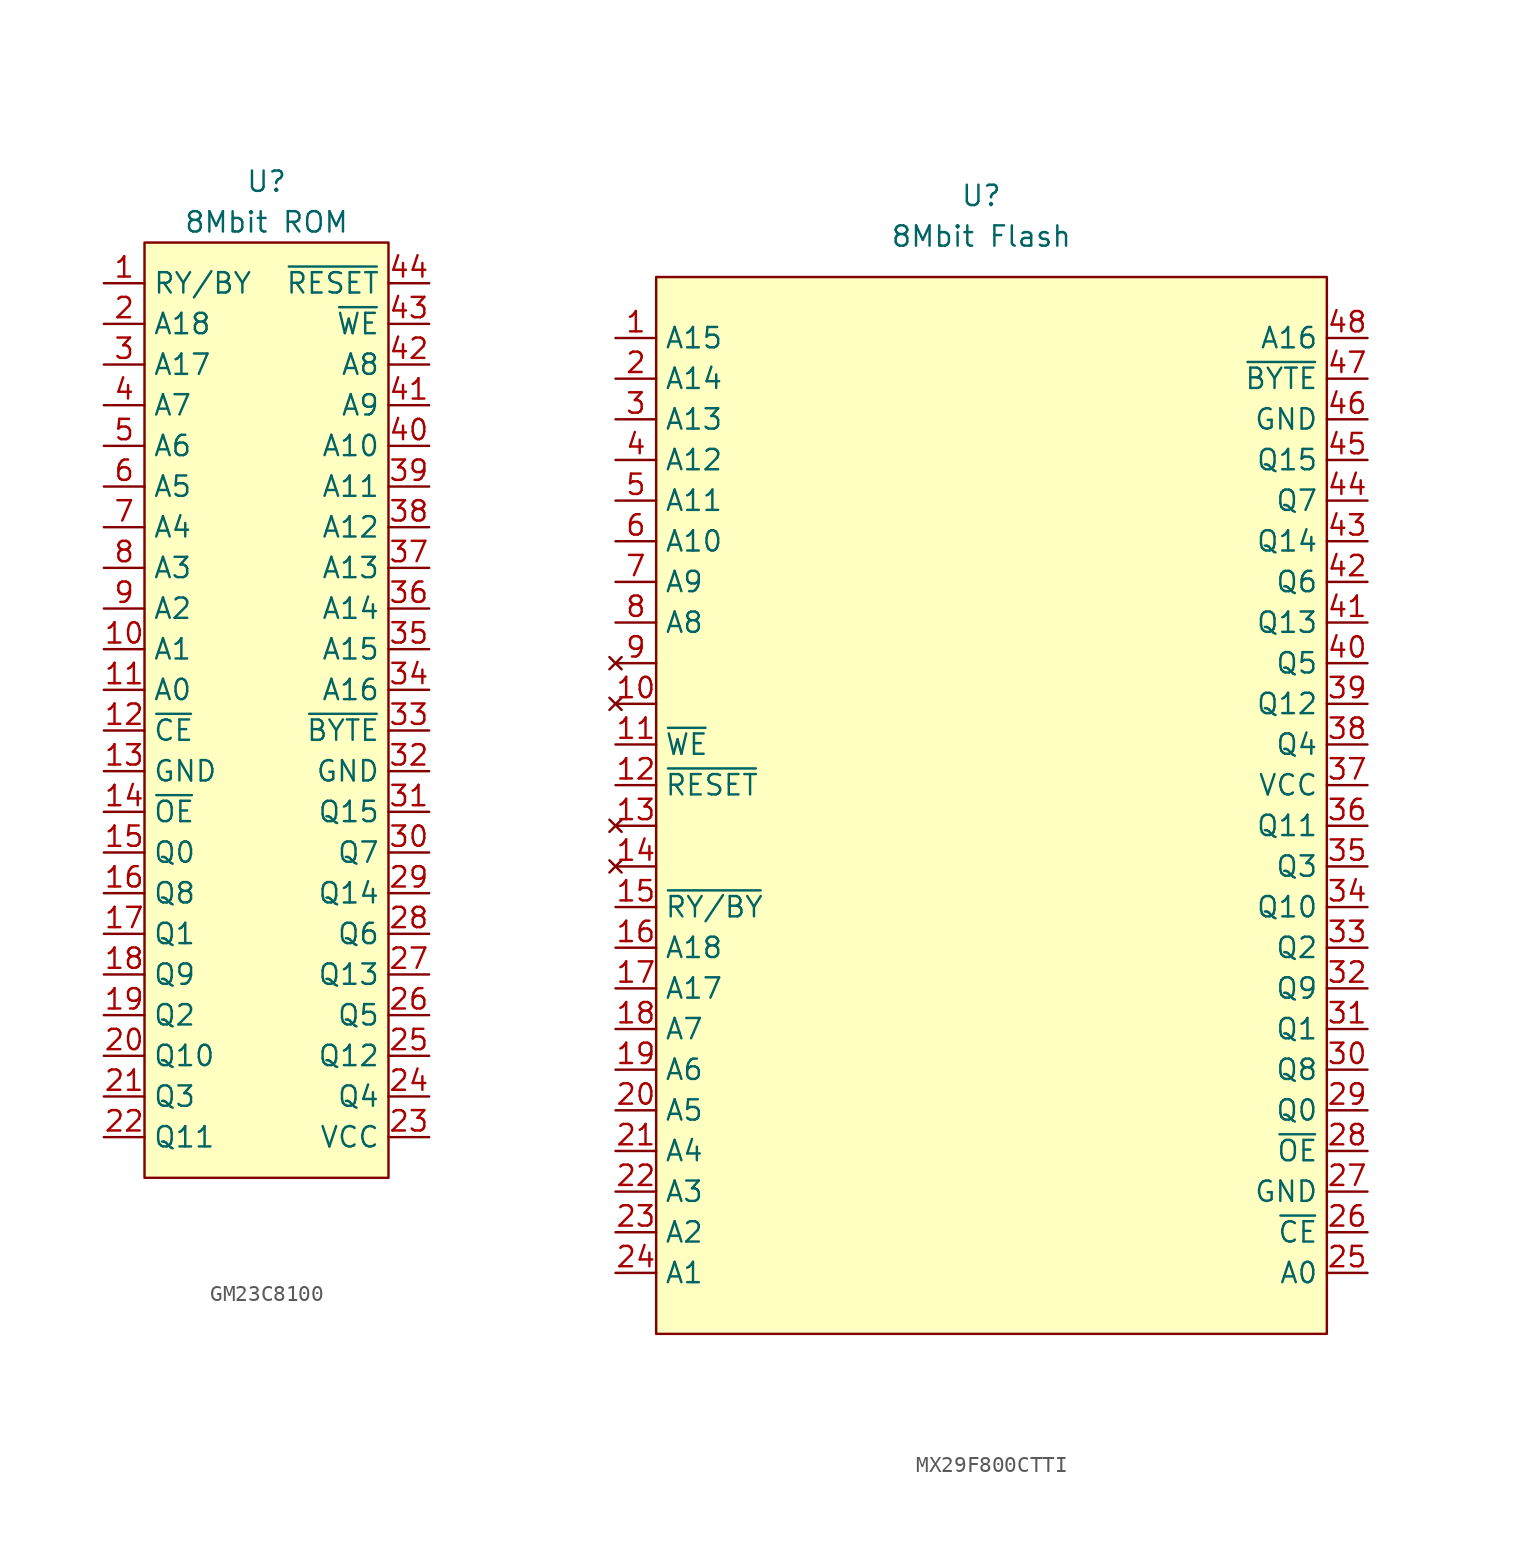
<source format=kicad_sym>
(kicad_symbol_lib
  (version 20220914)
  (generator kicad_symbol_editor)
  (symbol "GM23C8100"
    (property "Reference" "U"
      (at 7.62 2.54 0)
      (effects (font (size 1.27 1.27))))
    (property "Value" "8Mbit ROM"
      (at 7.62 0 0)
      (effects (font (size 1.27 1.27))))
    (symbol "GM23C8100_1_1"
      (rectangle (start 0 -1.27) (end 15.24 -59.69) (stroke (width 0) (type default)) (fill (type background)))
      (pin input line (at -2.54 -3.81 0) (length 2.54) (name "RY/BY" (effects (font (size 1.27 1.27)))) (number "1" (effects (font (size 1.27 1.27)))))
      (pin input line (at -2.54 -26.67 0) (length 2.54) (name "A1" (effects (font (size 1.27 1.27)))) (number "10" (effects (font (size 1.27 1.27)))))
      (pin input line (at -2.54 -29.21 0) (length 2.54) (name "A0" (effects (font (size 1.27 1.27)))) (number "11" (effects (font (size 1.27 1.27)))))
      (pin input line (at -2.54 -31.75 0) (length 2.54) (name "~{CE}" (effects (font (size 1.27 1.27)))) (number "12" (effects (font (size 1.27 1.27)))))
      (pin input line (at -2.54 -34.29 0) (length 2.54) (name "GND" (effects (font (size 1.27 1.27)))) (number "13" (effects (font (size 1.27 1.27)))))
      (pin input line (at -2.54 -36.83 0) (length 2.54) (name "~{OE}" (effects (font (size 1.27 1.27)))) (number "14" (effects (font (size 1.27 1.27)))))
      (pin input line (at -2.54 -39.37 0) (length 2.54) (name "Q0" (effects (font (size 1.27 1.27)))) (number "15" (effects (font (size 1.27 1.27)))))
      (pin input line (at -2.54 -41.91 0) (length 2.54) (name "Q8" (effects (font (size 1.27 1.27)))) (number "16" (effects (font (size 1.27 1.27)))))
      (pin input line (at -2.54 -44.45 0) (length 2.54) (name "Q1" (effects (font (size 1.27 1.27)))) (number "17" (effects (font (size 1.27 1.27)))))
      (pin input line (at -2.54 -46.99 0) (length 2.54) (name "Q9" (effects (font (size 1.27 1.27)))) (number "18" (effects (font (size 1.27 1.27)))))
      (pin input line (at -2.54 -49.53 0) (length 2.54) (name "Q2" (effects (font (size 1.27 1.27)))) (number "19" (effects (font (size 1.27 1.27)))))
      (pin input line (at -2.54 -6.35 0) (length 2.54) (name "A18" (effects (font (size 1.27 1.27)))) (number "2" (effects (font (size 1.27 1.27)))))
      (pin input line (at -2.54 -52.07 0) (length 2.54) (name "Q10" (effects (font (size 1.27 1.27)))) (number "20" (effects (font (size 1.27 1.27)))))
      (pin input line (at -2.54 -54.61 0) (length 2.54) (name "Q3" (effects (font (size 1.27 1.27)))) (number "21" (effects (font (size 1.27 1.27)))))
      (pin input line (at -2.54 -57.15 0) (length 2.54) (name "Q11" (effects (font (size 1.27 1.27)))) (number "22" (effects (font (size 1.27 1.27)))))
      (pin input line (at 17.78 -57.15 180) (length 2.54) (name "VCC" (effects (font (size 1.27 1.27)))) (number "23" (effects (font (size 1.27 1.27)))))
      (pin input line (at 17.78 -54.61 180) (length 2.54) (name "Q4" (effects (font (size 1.27 1.27)))) (number "24" (effects (font (size 1.27 1.27)))))
      (pin input line (at 17.78 -52.07 180) (length 2.54) (name "Q12" (effects (font (size 1.27 1.27)))) (number "25" (effects (font (size 1.27 1.27)))))
      (pin input line (at 17.78 -49.53 180) (length 2.54) (name "Q5" (effects (font (size 1.27 1.27)))) (number "26" (effects (font (size 1.27 1.27)))))
      (pin input line (at 17.78 -46.99 180) (length 2.54) (name "Q13" (effects (font (size 1.27 1.27)))) (number "27" (effects (font (size 1.27 1.27)))))
      (pin input line (at 17.78 -44.45 180) (length 2.54) (name "Q6" (effects (font (size 1.27 1.27)))) (number "28" (effects (font (size 1.27 1.27)))))
      (pin input line (at 17.78 -41.91 180) (length 2.54) (name "Q14" (effects (font (size 1.27 1.27)))) (number "29" (effects (font (size 1.27 1.27)))))
      (pin input line (at -2.54 -8.89 0) (length 2.54) (name "A17" (effects (font (size 1.27 1.27)))) (number "3" (effects (font (size 1.27 1.27)))))
      (pin input line (at 17.78 -39.37 180) (length 2.54) (name "Q7" (effects (font (size 1.27 1.27)))) (number "30" (effects (font (size 1.27 1.27)))))
      (pin input line (at 17.78 -36.83 180) (length 2.54) (name "Q15" (effects (font (size 1.27 1.27)))) (number "31" (effects (font (size 1.27 1.27)))))
      (pin input line (at 17.78 -34.29 180) (length 2.54) (name "GND" (effects (font (size 1.27 1.27)))) (number "32" (effects (font (size 1.27 1.27)))))
      (pin input line (at 17.78 -31.75 180) (length 2.54) (name "~{BYTE}" (effects (font (size 1.27 1.27)))) (number "33" (effects (font (size 1.27 1.27)))))
      (pin input line (at 17.78 -29.21 180) (length 2.54) (name "A16" (effects (font (size 1.27 1.27)))) (number "34" (effects (font (size 1.27 1.27)))))
      (pin input line (at 17.78 -26.67 180) (length 2.54) (name "A15" (effects (font (size 1.27 1.27)))) (number "35" (effects (font (size 1.27 1.27)))))
      (pin input line (at 17.78 -24.13 180) (length 2.54) (name "A14" (effects (font (size 1.27 1.27)))) (number "36" (effects (font (size 1.27 1.27)))))
      (pin input line (at 17.78 -21.59 180) (length 2.54) (name "A13" (effects (font (size 1.27 1.27)))) (number "37" (effects (font (size 1.27 1.27)))))
      (pin input line (at 17.78 -19.05 180) (length 2.54) (name "A12" (effects (font (size 1.27 1.27)))) (number "38" (effects (font (size 1.27 1.27)))))
      (pin input line (at 17.78 -16.51 180) (length 2.54) (name "A11" (effects (font (size 1.27 1.27)))) (number "39" (effects (font (size 1.27 1.27)))))
      (pin input line (at -2.54 -11.43 0) (length 2.54) (name "A7" (effects (font (size 1.27 1.27)))) (number "4" (effects (font (size 1.27 1.27)))))
      (pin input line (at 17.78 -13.97 180) (length 2.54) (name "A10" (effects (font (size 1.27 1.27)))) (number "40" (effects (font (size 1.27 1.27)))))
      (pin input line (at 17.78 -11.43 180) (length 2.54) (name "A9" (effects (font (size 1.27 1.27)))) (number "41" (effects (font (size 1.27 1.27)))))
      (pin input line (at 17.78 -8.89 180) (length 2.54) (name "A8" (effects (font (size 1.27 1.27)))) (number "42" (effects (font (size 1.27 1.27)))))
      (pin input line (at 17.78 -6.35 180) (length 2.54) (name "~{WE}" (effects (font (size 1.27 1.27)))) (number "43" (effects (font (size 1.27 1.27)))))
      (pin input line (at 17.78 -3.81 180) (length 2.54) (name "~{RESET}" (effects (font (size 1.27 1.27)))) (number "44" (effects (font (size 1.27 1.27)))))
      (pin input line (at -2.54 -13.97 0) (length 2.54) (name "A6" (effects (font (size 1.27 1.27)))) (number "5" (effects (font (size 1.27 1.27)))))
      (pin input line (at -2.54 -16.51 0) (length 2.54) (name "A5" (effects (font (size 1.27 1.27)))) (number "6" (effects (font (size 1.27 1.27)))))
      (pin input line (at -2.54 -19.05 0) (length 2.54) (name "A4" (effects (font (size 1.27 1.27)))) (number "7" (effects (font (size 1.27 1.27)))))
      (pin input line (at -2.54 -21.59 0) (length 2.54) (name "A3" (effects (font (size 1.27 1.27)))) (number "8" (effects (font (size 1.27 1.27)))))
      (pin input line (at -2.54 -24.13 0) (length 2.54) (name "A2" (effects (font (size 1.27 1.27)))) (number "9" (effects (font (size 1.27 1.27)))))))
  (symbol "MX29F800CTTI"
    (property "Reference" "U"
      (at 22.86 0 0)
      (effects (font (size 1.27 1.27))))
    (property "Value" "8Mbit Flash"
      (at 22.86 -2.54 0)
      (effects (font (size 1.27 1.27))))
    (symbol "MX29F800CTTI_1_1"
      (rectangle (start 2.54 -5.08) (end 44.45 -71.12) (stroke (width 0) (type default)) (fill (type background)))
      (pin passive line (at 0 -8.89 0) (length 2.54) (name "A15" (effects (font (size 1.27 1.27)))) (number "1" (effects (font (size 1.27 1.27)))))
      (pin no_connect line (at 0 -31.75 0) (length 2.54) (name "" (effects (font (size 1.27 1.27)))) (number "10" (effects (font (size 1.27 1.27)))))
      (pin passive line (at 0 -34.29 0) (length 2.54) (name "~{WE}" (effects (font (size 1.27 1.27)))) (number "11" (effects (font (size 1.27 1.27)))))
      (pin passive line (at 0 -36.83 0) (length 2.54) (name "~{RESET}" (effects (font (size 1.27 1.27)))) (number "12" (effects (font (size 1.27 1.27)))))
      (pin no_connect line (at 0 -39.37 0) (length 2.54) (name "" (effects (font (size 1.27 1.27)))) (number "13" (effects (font (size 1.27 1.27)))))
      (pin no_connect line (at 0 -41.91 0) (length 2.54) (name "" (effects (font (size 1.27 1.27)))) (number "14" (effects (font (size 1.27 1.27)))))
      (pin passive line (at 0 -44.45 0) (length 2.54) (name "~{RY/BY}" (effects (font (size 1.27 1.27)))) (number "15" (effects (font (size 1.27 1.27)))))
      (pin passive line (at 0 -46.99 0) (length 2.54) (name "A18" (effects (font (size 1.27 1.27)))) (number "16" (effects (font (size 1.27 1.27)))))
      (pin passive line (at 0 -49.53 0) (length 2.54) (name "A17" (effects (font (size 1.27 1.27)))) (number "17" (effects (font (size 1.27 1.27)))))
      (pin passive line (at 0 -52.07 0) (length 2.54) (name "A7" (effects (font (size 1.27 1.27)))) (number "18" (effects (font (size 1.27 1.27)))))
      (pin passive line (at 0 -54.61 0) (length 2.54) (name "A6" (effects (font (size 1.27 1.27)))) (number "19" (effects (font (size 1.27 1.27)))))
      (pin passive line (at 0 -11.43 0) (length 2.54) (name "A14" (effects (font (size 1.27 1.27)))) (number "2" (effects (font (size 1.27 1.27)))))
      (pin passive line (at 0 -57.15 0) (length 2.54) (name "A5" (effects (font (size 1.27 1.27)))) (number "20" (effects (font (size 1.27 1.27)))))
      (pin passive line (at 0 -59.69 0) (length 2.54) (name "A4" (effects (font (size 1.27 1.27)))) (number "21" (effects (font (size 1.27 1.27)))))
      (pin passive line (at 0 -62.23 0) (length 2.54) (name "A3" (effects (font (size 1.27 1.27)))) (number "22" (effects (font (size 1.27 1.27)))))
      (pin passive line (at 0 -64.77 0) (length 2.54) (name "A2" (effects (font (size 1.27 1.27)))) (number "23" (effects (font (size 1.27 1.27)))))
      (pin passive line (at 0 -67.31 0) (length 2.54) (name "A1" (effects (font (size 1.27 1.27)))) (number "24" (effects (font (size 1.27 1.27)))))
      (pin passive line (at 46.99 -67.31 180) (length 2.54) (name "A0" (effects (font (size 1.27 1.27)))) (number "25" (effects (font (size 1.27 1.27)))))
      (pin passive line (at 46.99 -64.77 180) (length 2.54) (name "~{CE}" (effects (font (size 1.27 1.27)))) (number "26" (effects (font (size 1.27 1.27)))))
      (pin passive line (at 46.99 -62.23 180) (length 2.54) (name "GND" (effects (font (size 1.27 1.27)))) (number "27" (effects (font (size 1.27 1.27)))))
      (pin passive line (at 46.99 -59.69 180) (length 2.54) (name "~{OE}" (effects (font (size 1.27 1.27)))) (number "28" (effects (font (size 1.27 1.27)))))
      (pin passive line (at 46.99 -57.15 180) (length 2.54) (name "Q0" (effects (font (size 1.27 1.27)))) (number "29" (effects (font (size 1.27 1.27)))))
      (pin passive line (at 0 -13.97 0) (length 2.54) (name "A13" (effects (font (size 1.27 1.27)))) (number "3" (effects (font (size 1.27 1.27)))))
      (pin passive line (at 46.99 -54.61 180) (length 2.54) (name "Q8" (effects (font (size 1.27 1.27)))) (number "30" (effects (font (size 1.27 1.27)))))
      (pin passive line (at 46.99 -52.07 180) (length 2.54) (name "Q1" (effects (font (size 1.27 1.27)))) (number "31" (effects (font (size 1.27 1.27)))))
      (pin passive line (at 46.99 -49.53 180) (length 2.54) (name "Q9" (effects (font (size 1.27 1.27)))) (number "32" (effects (font (size 1.27 1.27)))))
      (pin passive line (at 46.99 -46.99 180) (length 2.54) (name "Q2" (effects (font (size 1.27 1.27)))) (number "33" (effects (font (size 1.27 1.27)))))
      (pin passive line (at 46.99 -44.45 180) (length 2.54) (name "Q10" (effects (font (size 1.27 1.27)))) (number "34" (effects (font (size 1.27 1.27)))))
      (pin passive line (at 46.99 -41.91 180) (length 2.54) (name "Q3" (effects (font (size 1.27 1.27)))) (number "35" (effects (font (size 1.27 1.27)))))
      (pin passive line (at 46.99 -39.37 180) (length 2.54) (name "Q11" (effects (font (size 1.27 1.27)))) (number "36" (effects (font (size 1.27 1.27)))))
      (pin passive line (at 46.99 -36.83 180) (length 2.54) (name "VCC" (effects (font (size 1.27 1.27)))) (number "37" (effects (font (size 1.27 1.27)))))
      (pin passive line (at 46.99 -34.29 180) (length 2.54) (name "Q4" (effects (font (size 1.27 1.27)))) (number "38" (effects (font (size 1.27 1.27)))))
      (pin passive line (at 46.99 -31.75 180) (length 2.54) (name "Q12" (effects (font (size 1.27 1.27)))) (number "39" (effects (font (size 1.27 1.27)))))
      (pin passive line (at 0 -16.51 0) (length 2.54) (name "A12" (effects (font (size 1.27 1.27)))) (number "4" (effects (font (size 1.27 1.27)))))
      (pin passive line (at 46.99 -29.21 180) (length 2.54) (name "Q5" (effects (font (size 1.27 1.27)))) (number "40" (effects (font (size 1.27 1.27)))))
      (pin passive line (at 46.99 -26.67 180) (length 2.54) (name "Q13" (effects (font (size 1.27 1.27)))) (number "41" (effects (font (size 1.27 1.27)))))
      (pin passive line (at 46.99 -24.13 180) (length 2.54) (name "Q6" (effects (font (size 1.27 1.27)))) (number "42" (effects (font (size 1.27 1.27)))))
      (pin passive line (at 46.99 -21.59 180) (length 2.54) (name "Q14" (effects (font (size 1.27 1.27)))) (number "43" (effects (font (size 1.27 1.27)))))
      (pin passive line (at 46.99 -19.05 180) (length 2.54) (name "Q7" (effects (font (size 1.27 1.27)))) (number "44" (effects (font (size 1.27 1.27)))))
      (pin passive line (at 46.99 -16.51 180) (length 2.54) (name "Q15" (effects (font (size 1.27 1.27)))) (number "45" (effects (font (size 1.27 1.27)))))
      (pin passive line (at 46.99 -13.97 180) (length 2.54) (name "GND" (effects (font (size 1.27 1.27)))) (number "46" (effects (font (size 1.27 1.27)))))
      (pin passive line (at 46.99 -11.43 180) (length 2.54) (name "~{BYTE}" (effects (font (size 1.27 1.27)))) (number "47" (effects (font (size 1.27 1.27)))))
      (pin passive line (at 46.99 -8.89 180) (length 2.54) (name "A16" (effects (font (size 1.27 1.27)))) (number "48" (effects (font (size 1.27 1.27)))))
      (pin passive line (at 0 -19.05 0) (length 2.54) (name "A11" (effects (font (size 1.27 1.27)))) (number "5" (effects (font (size 1.27 1.27)))))
      (pin passive line (at 0 -21.59 0) (length 2.54) (name "A10" (effects (font (size 1.27 1.27)))) (number "6" (effects (font (size 1.27 1.27)))))
      (pin passive line (at 0 -24.13 0) (length 2.54) (name "A9" (effects (font (size 1.27 1.27)))) (number "7" (effects (font (size 1.27 1.27)))))
      (pin passive line (at 0 -26.67 0) (length 2.54) (name "A8" (effects (font (size 1.27 1.27)))) (number "8" (effects (font (size 1.27 1.27)))))
      (pin no_connect line (at 0 -29.21 0) (length 2.54) (name "" (effects (font (size 1.27 1.27)))) (number "9" (effects (font (size 1.27 1.27))))))))
</source>
